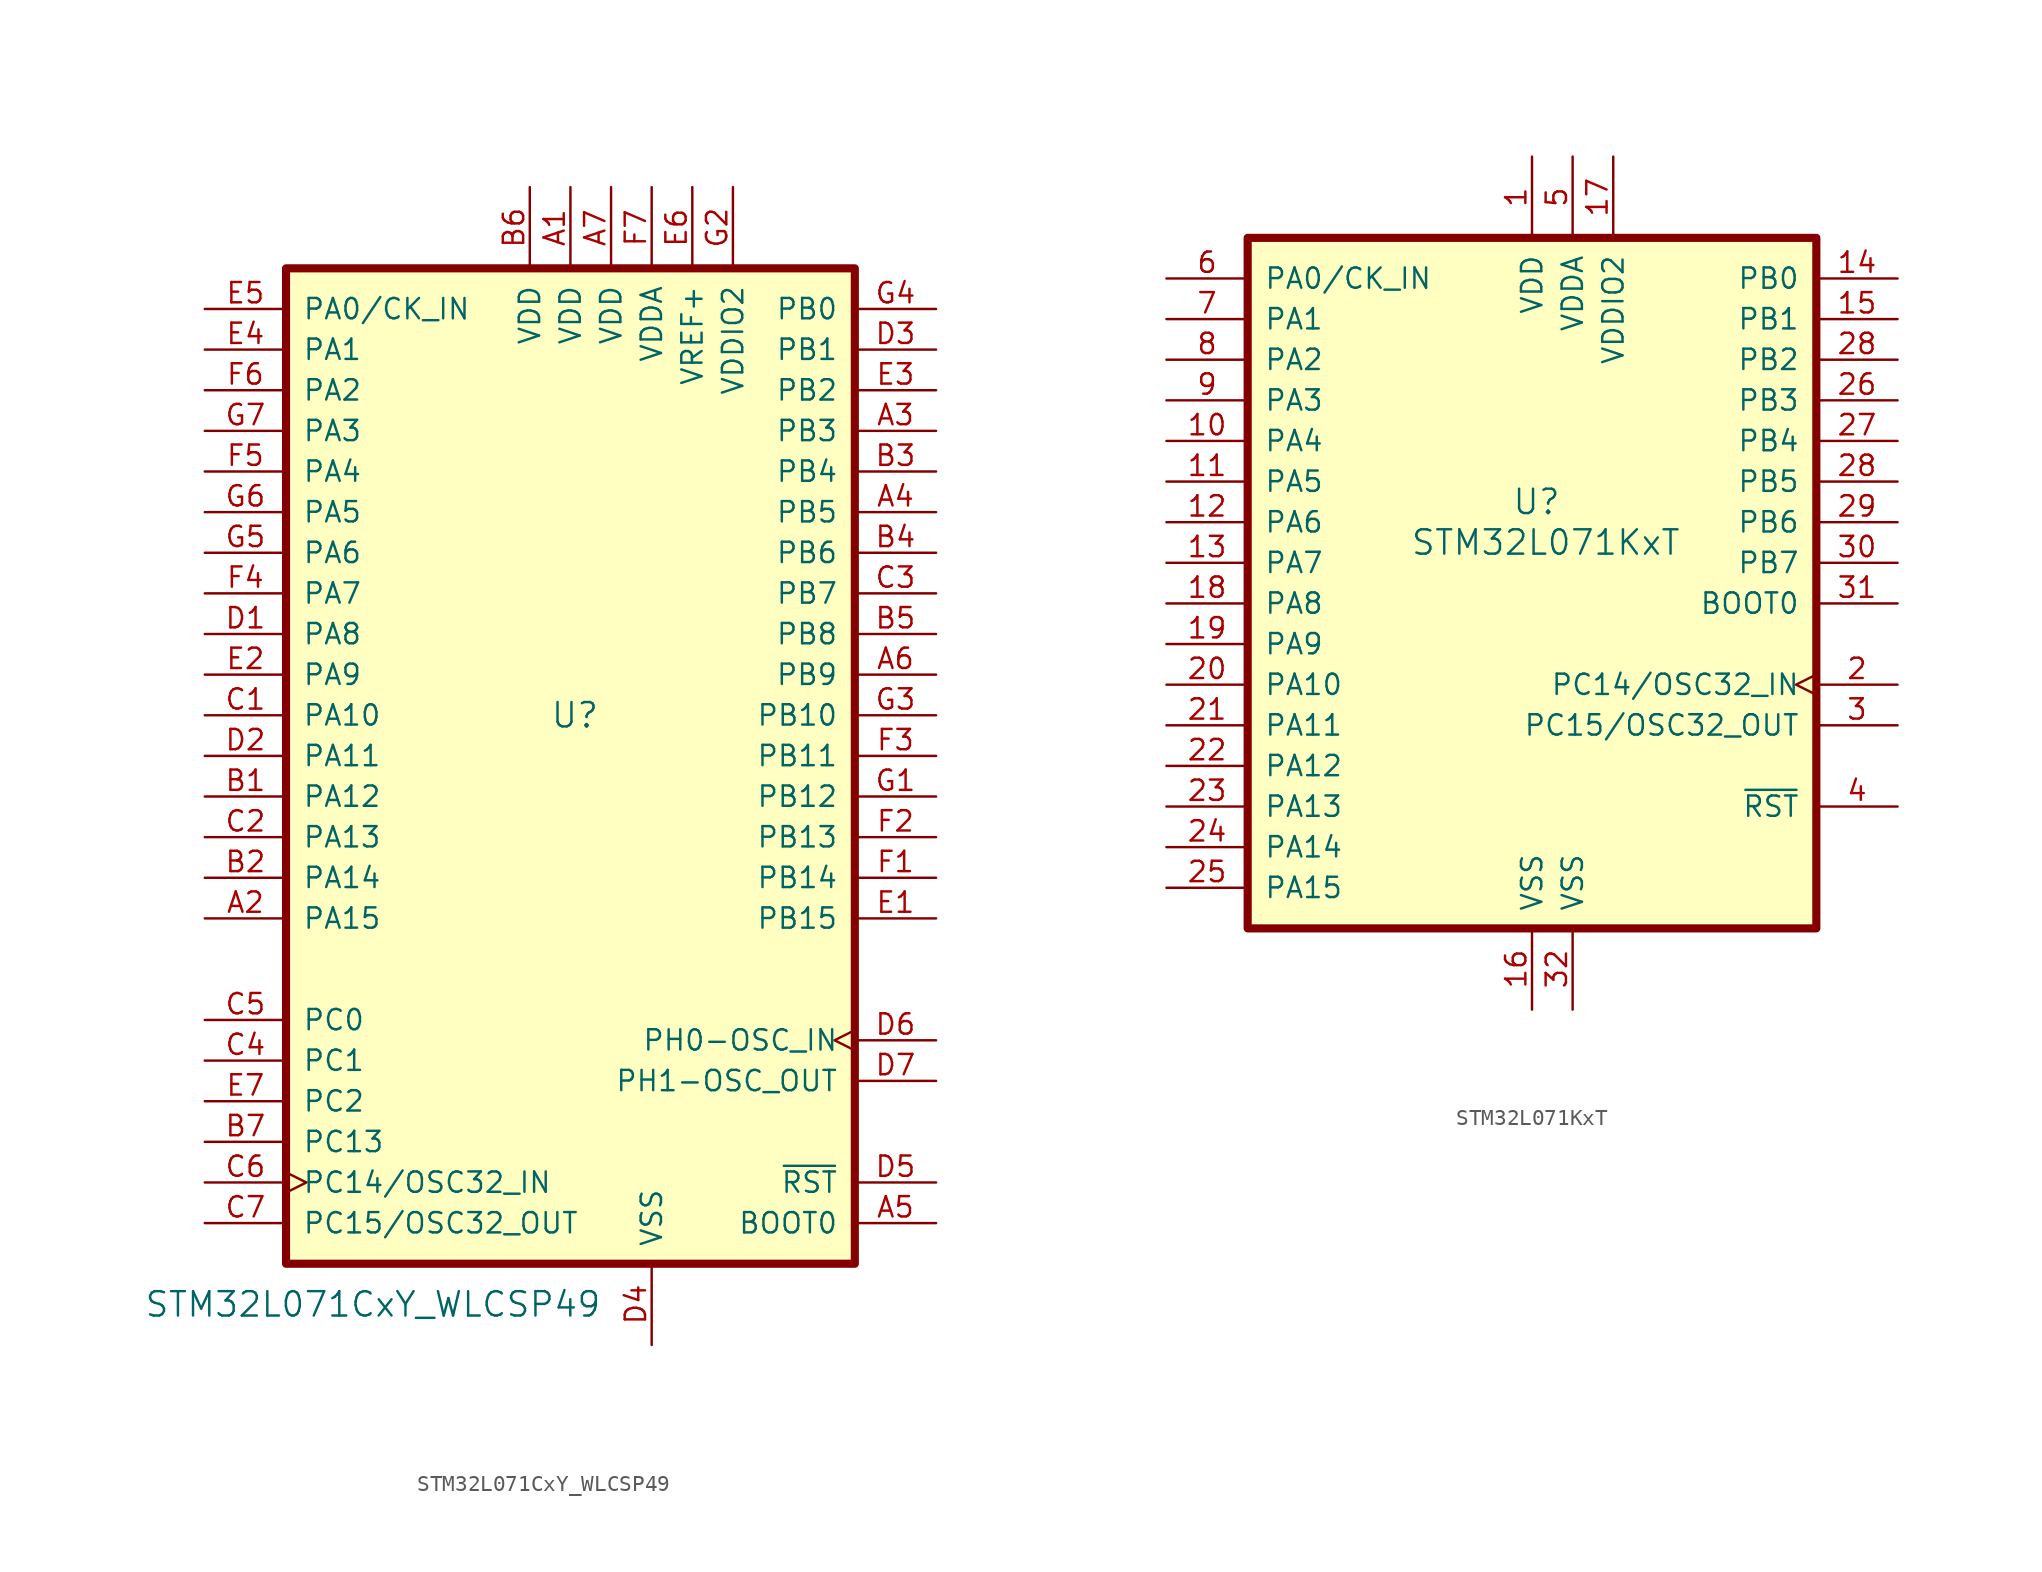
<source format=kicad_sym>
(kicad_symbol_lib
  (version 20220126)
  (generator kicad_symbol_editor)
  (symbol "STM32L071CxY_WLCSP49"
    (pin_names
      (offset 1.016))
    (property "Reference" "U"
      (at -1.27 0 0)
      (effects (font (size 1.524 1.524)) (justify left)))
    (property "Value" "STM32L071CxY_WLCSP49"
      (at -26.67 -36.83 0)
      (effects (font (size 1.524 1.524)) (justify left)))
    (symbol "STM32L071CxY_WLCSP49_0_0"
      (rectangle (start -17.78 27.94) (end 17.78 -34.29) (stroke (width 0.508) (type default)) (fill (type background))))
    (symbol "STM32L071CxY_WLCSP49_1_1"
      (pin power_in line (at 0 33.02 270) (length 5.08) (name "VDD" (effects (font (size 1.27 1.27)))) (number "A1" (effects (font (size 1.27 1.27)))))
      (pin bidirectional line (at -22.86 -12.7 0) (length 5.08) (name "PA15" (effects (font (size 1.27 1.27)))) (number "A2" (effects (font (size 1.27 1.27)))))
      (pin bidirectional line (at 22.86 17.78 180) (length 5.08) (name "PB3" (effects (font (size 1.27 1.27)))) (number "A3" (effects (font (size 1.27 1.27)))))
      (pin bidirectional line (at 22.86 12.7 180) (length 5.08) (name "PB5" (effects (font (size 1.27 1.27)))) (number "A4" (effects (font (size 1.27 1.27)))))
      (pin bidirectional line (at 22.86 -31.75 180) (length 5.08) (name "BOOT0" (effects (font (size 1.27 1.27)))) (number "A5" (effects (font (size 1.27 1.27)))))
      (pin bidirectional line (at 22.86 2.54 180) (length 5.08) (name "PB9" (effects (font (size 1.27 1.27)))) (number "A6" (effects (font (size 1.27 1.27)))))
      (pin power_in line (at 2.54 33.02 270) (length 5.08) (name "VDD" (effects (font (size 1.27 1.27)))) (number "A7" (effects (font (size 1.27 1.27)))))
      (pin bidirectional line (at -22.86 -5.08 0) (length 5.08) (name "PA12" (effects (font (size 1.27 1.27)))) (number "B1" (effects (font (size 1.27 1.27)))))
      (pin bidirectional line (at -22.86 -10.16 0) (length 5.08) (name "PA14" (effects (font (size 1.27 1.27)))) (number "B2" (effects (font (size 1.27 1.27)))))
      (pin bidirectional line (at 22.86 15.24 180) (length 5.08) (name "PB4" (effects (font (size 1.27 1.27)))) (number "B3" (effects (font (size 1.27 1.27)))))
      (pin bidirectional line (at 22.86 10.16 180) (length 5.08) (name "PB6" (effects (font (size 1.27 1.27)))) (number "B4" (effects (font (size 1.27 1.27)))))
      (pin bidirectional line (at 22.86 5.08 180) (length 5.08) (name "PB8" (effects (font (size 1.27 1.27)))) (number "B5" (effects (font (size 1.27 1.27)))))
      (pin power_in line (at -2.54 33.02 270) (length 5.08) (name "VDD" (effects (font (size 1.27 1.27)))) (number "B6" (effects (font (size 1.27 1.27)))))
      (pin bidirectional line (at -22.86 -26.67 0) (length 5.08) (name "PC13" (effects (font (size 1.27 1.27)))) (number "B7" (effects (font (size 1.27 1.27)))))
      (pin bidirectional line (at -22.86 0 0) (length 5.08) (name "PA10" (effects (font (size 1.27 1.27)))) (number "C1" (effects (font (size 1.27 1.27)))))
      (pin bidirectional line (at -22.86 -7.62 0) (length 5.08) (name "PA13" (effects (font (size 1.27 1.27)))) (number "C2" (effects (font (size 1.27 1.27)))))
      (pin bidirectional line (at 22.86 7.62 180) (length 5.08) (name "PB7" (effects (font (size 1.27 1.27)))) (number "C3" (effects (font (size 1.27 1.27)))))
      (pin bidirectional line (at -22.86 -21.59 0) (length 5.08) (name "PC1" (effects (font (size 1.27 1.27)))) (number "C4" (effects (font (size 1.27 1.27)))))
      (pin bidirectional line (at -22.86 -19.05 0) (length 5.08) (name "PC0" (effects (font (size 1.27 1.27)))) (number "C5" (effects (font (size 1.27 1.27)))))
      (pin bidirectional clock (at -22.86 -29.21 0) (length 5.08) (name "PC14/OSC32_IN" (effects (font (size 1.27 1.27)))) (number "C6" (effects (font (size 1.27 1.27)))))
      (pin bidirectional line (at -22.86 -31.75 0) (length 5.08) (name "PC15/OSC32_OUT" (effects (font (size 1.27 1.27)))) (number "C7" (effects (font (size 1.27 1.27)))))
      (pin bidirectional line (at -22.86 5.08 0) (length 5.08) (name "PA8" (effects (font (size 1.27 1.27)))) (number "D1" (effects (font (size 1.27 1.27)))))
      (pin bidirectional line (at -22.86 -2.54 0) (length 5.08) (name "PA11" (effects (font (size 1.27 1.27)))) (number "D2" (effects (font (size 1.27 1.27)))))
      (pin bidirectional line (at 22.86 22.86 180) (length 5.08) (name "PB1" (effects (font (size 1.27 1.27)))) (number "D3" (effects (font (size 1.27 1.27)))))
      (pin power_in line (at 5.08 -39.37 90) (length 5.08) (name "VSS" (effects (font (size 1.27 1.27)))) (number "D4" (effects (font (size 1.27 1.27)))))
      (pin input line (at 22.86 -29.21 180) (length 5.08) (name "~{RST}" (effects (font (size 1.27 1.27)))) (number "D5" (effects (font (size 1.27 1.27)))))
      (pin bidirectional clock (at 22.86 -20.32 180) (length 5.08) (name "PH0-OSC_IN" (effects (font (size 1.27 1.27)))) (number "D6" (effects (font (size 1.27 1.27)))))
      (pin bidirectional line (at 22.86 -22.86 180) (length 5.08) (name "PH1-OSC_OUT" (effects (font (size 1.27 1.27)))) (number "D7" (effects (font (size 1.27 1.27)))))
      (pin bidirectional line (at 22.86 -12.7 180) (length 5.08) (name "PB15" (effects (font (size 1.27 1.27)))) (number "E1" (effects (font (size 1.27 1.27)))))
      (pin bidirectional line (at -22.86 2.54 0) (length 5.08) (name "PA9" (effects (font (size 1.27 1.27)))) (number "E2" (effects (font (size 1.27 1.27)))))
      (pin bidirectional line (at 22.86 20.32 180) (length 5.08) (name "PB2" (effects (font (size 1.27 1.27)))) (number "E3" (effects (font (size 1.27 1.27)))))
      (pin bidirectional line (at -22.86 22.86 0) (length 5.08) (name "PA1" (effects (font (size 1.27 1.27)))) (number "E4" (effects (font (size 1.27 1.27)))))
      (pin bidirectional line (at -22.86 25.4 0) (length 5.08) (name "PA0/CK_IN" (effects (font (size 1.27 1.27)))) (number "E5" (effects (font (size 1.27 1.27)))))
      (pin power_in line (at 7.62 33.02 270) (length 5.08) (name "VREF+" (effects (font (size 1.27 1.27)))) (number "E6" (effects (font (size 1.27 1.27)))))
      (pin bidirectional line (at -22.86 -24.13 0) (length 5.08) (name "PC2" (effects (font (size 1.27 1.27)))) (number "E7" (effects (font (size 1.27 1.27)))))
      (pin bidirectional line (at 22.86 -10.16 180) (length 5.08) (name "PB14" (effects (font (size 1.27 1.27)))) (number "F1" (effects (font (size 1.27 1.27)))))
      (pin bidirectional line (at 22.86 -7.62 180) (length 5.08) (name "PB13" (effects (font (size 1.27 1.27)))) (number "F2" (effects (font (size 1.27 1.27)))))
      (pin bidirectional line (at 22.86 -2.54 180) (length 5.08) (name "PB11" (effects (font (size 1.27 1.27)))) (number "F3" (effects (font (size 1.27 1.27)))))
      (pin bidirectional line (at -22.86 7.62 0) (length 5.08) (name "PA7" (effects (font (size 1.27 1.27)))) (number "F4" (effects (font (size 1.27 1.27)))))
      (pin bidirectional line (at -22.86 15.24 0) (length 5.08) (name "PA4" (effects (font (size 1.27 1.27)))) (number "F5" (effects (font (size 1.27 1.27)))))
      (pin bidirectional line (at -22.86 20.32 0) (length 5.08) (name "PA2" (effects (font (size 1.27 1.27)))) (number "F6" (effects (font (size 1.27 1.27)))))
      (pin power_in line (at 5.08 33.02 270) (length 5.08) (name "VDDA" (effects (font (size 1.27 1.27)))) (number "F7" (effects (font (size 1.27 1.27)))))
      (pin bidirectional line (at 22.86 -5.08 180) (length 5.08) (name "PB12" (effects (font (size 1.27 1.27)))) (number "G1" (effects (font (size 1.27 1.27)))))
      (pin power_in line (at 10.16 33.02 270) (length 5.08) (name "VDDIO2" (effects (font (size 1.27 1.27)))) (number "G2" (effects (font (size 1.27 1.27)))))
      (pin bidirectional line (at 22.86 0 180) (length 5.08) (name "PB10" (effects (font (size 1.27 1.27)))) (number "G3" (effects (font (size 1.27 1.27)))))
      (pin bidirectional line (at 22.86 25.4 180) (length 5.08) (name "PB0" (effects (font (size 1.27 1.27)))) (number "G4" (effects (font (size 1.27 1.27)))))
      (pin bidirectional line (at -22.86 10.16 0) (length 5.08) (name "PA6" (effects (font (size 1.27 1.27)))) (number "G5" (effects (font (size 1.27 1.27)))))
      (pin bidirectional line (at -22.86 12.7 0) (length 5.08) (name "PA5" (effects (font (size 1.27 1.27)))) (number "G6" (effects (font (size 1.27 1.27)))))
      (pin bidirectional line (at -22.86 17.78 0) (length 5.08) (name "PA3" (effects (font (size 1.27 1.27)))) (number "G7" (effects (font (size 1.27 1.27)))))))
  (symbol "STM32L071KxT"
    (pin_names
      (offset 1.016))
    (property "Reference" "U"
      (at -1.27 5.08 0)
      (effects (font (size 1.524 1.524)) (justify left)))
    (property "Value" "STM32L071KxT"
      (at -7.62 2.54 0)
      (effects (font (size 1.524 1.524)) (justify left)))
    (symbol "STM32L071KxT_0_0"
      (rectangle (start -17.78 21.59) (end 17.78 -21.59) (stroke (width 0.508) (type default)) (fill (type background))))
    (symbol "STM32L071KxT_1_1"
      (pin power_in line (at 0 26.67 270) (length 5.08) (name "VDD" (effects (font (size 1.27 1.27)))) (number "1" (effects (font (size 1.27 1.27)))))
      (pin bidirectional line (at -22.86 8.89 0) (length 5.08) (name "PA4" (effects (font (size 1.27 1.27)))) (number "10" (effects (font (size 1.27 1.27)))))
      (pin bidirectional line (at -22.86 6.35 0) (length 5.08) (name "PA5" (effects (font (size 1.27 1.27)))) (number "11" (effects (font (size 1.27 1.27)))))
      (pin bidirectional line (at -22.86 3.81 0) (length 5.08) (name "PA6" (effects (font (size 1.27 1.27)))) (number "12" (effects (font (size 1.27 1.27)))))
      (pin bidirectional line (at -22.86 1.27 0) (length 5.08) (name "PA7" (effects (font (size 1.27 1.27)))) (number "13" (effects (font (size 1.27 1.27)))))
      (pin bidirectional line (at 22.86 19.05 180) (length 5.08) (name "PB0" (effects (font (size 1.27 1.27)))) (number "14" (effects (font (size 1.27 1.27)))))
      (pin bidirectional line (at 22.86 16.51 180) (length 5.08) (name "PB1" (effects (font (size 1.27 1.27)))) (number "15" (effects (font (size 1.27 1.27)))))
      (pin power_in line (at 0 -26.67 90) (length 5.08) (name "VSS" (effects (font (size 1.27 1.27)))) (number "16" (effects (font (size 1.27 1.27)))))
      (pin power_in line (at 5.08 26.67 270) (length 5.08) (name "VDDIO2" (effects (font (size 1.27 1.27)))) (number "17" (effects (font (size 1.27 1.27)))))
      (pin bidirectional line (at -22.86 -1.27 0) (length 5.08) (name "PA8" (effects (font (size 1.27 1.27)))) (number "18" (effects (font (size 1.27 1.27)))))
      (pin bidirectional line (at -22.86 -3.81 0) (length 5.08) (name "PA9" (effects (font (size 1.27 1.27)))) (number "19" (effects (font (size 1.27 1.27)))))
      (pin bidirectional clock (at 22.86 -6.35 180) (length 5.08) (name "PC14/OSC32_IN" (effects (font (size 1.27 1.27)))) (number "2" (effects (font (size 1.27 1.27)))))
      (pin bidirectional line (at -22.86 -6.35 0) (length 5.08) (name "PA10" (effects (font (size 1.27 1.27)))) (number "20" (effects (font (size 1.27 1.27)))))
      (pin bidirectional line (at -22.86 -8.89 0) (length 5.08) (name "PA11" (effects (font (size 1.27 1.27)))) (number "21" (effects (font (size 1.27 1.27)))))
      (pin bidirectional line (at -22.86 -11.43 0) (length 5.08) (name "PA12" (effects (font (size 1.27 1.27)))) (number "22" (effects (font (size 1.27 1.27)))))
      (pin bidirectional line (at -22.86 -13.97 0) (length 5.08) (name "PA13" (effects (font (size 1.27 1.27)))) (number "23" (effects (font (size 1.27 1.27)))))
      (pin bidirectional line (at -22.86 -16.51 0) (length 5.08) (name "PA14" (effects (font (size 1.27 1.27)))) (number "24" (effects (font (size 1.27 1.27)))))
      (pin bidirectional line (at -22.86 -19.05 0) (length 5.08) (name "PA15" (effects (font (size 1.27 1.27)))) (number "25" (effects (font (size 1.27 1.27)))))
      (pin bidirectional line (at 22.86 11.43 180) (length 5.08) (name "PB3" (effects (font (size 1.27 1.27)))) (number "26" (effects (font (size 1.27 1.27)))))
      (pin bidirectional line (at 22.86 8.89 180) (length 5.08) (name "PB4" (effects (font (size 1.27 1.27)))) (number "27" (effects (font (size 1.27 1.27)))))
      (pin bidirectional line (at 22.86 13.97 180) (length 5.08) (name "PB2" (effects (font (size 1.27 1.27)))) (number "28" (effects (font (size 1.27 1.27)))))
      (pin bidirectional line (at 22.86 6.35 180) (length 5.08) (name "PB5" (effects (font (size 1.27 1.27)))) (number "28" (effects (font (size 1.27 1.27)))))
      (pin bidirectional line (at 22.86 3.81 180) (length 5.08) (name "PB6" (effects (font (size 1.27 1.27)))) (number "29" (effects (font (size 1.27 1.27)))))
      (pin bidirectional line (at 22.86 -8.89 180) (length 5.08) (name "PC15/OSC32_OUT" (effects (font (size 1.27 1.27)))) (number "3" (effects (font (size 1.27 1.27)))))
      (pin bidirectional line (at 22.86 1.27 180) (length 5.08) (name "PB7" (effects (font (size 1.27 1.27)))) (number "30" (effects (font (size 1.27 1.27)))))
      (pin bidirectional line (at 22.86 -1.27 180) (length 5.08) (name "BOOT0" (effects (font (size 1.27 1.27)))) (number "31" (effects (font (size 1.27 1.27)))))
      (pin power_in line (at 2.54 -26.67 90) (length 5.08) (name "VSS" (effects (font (size 1.27 1.27)))) (number "32" (effects (font (size 1.27 1.27)))))
      (pin input line (at 22.86 -13.97 180) (length 5.08) (name "~{RST}" (effects (font (size 1.27 1.27)))) (number "4" (effects (font (size 1.27 1.27)))))
      (pin power_in line (at 2.54 26.67 270) (length 5.08) (name "VDDA" (effects (font (size 1.27 1.27)))) (number "5" (effects (font (size 1.27 1.27)))))
      (pin bidirectional line (at -22.86 19.05 0) (length 5.08) (name "PA0/CK_IN" (effects (font (size 1.27 1.27)))) (number "6" (effects (font (size 1.27 1.27)))))
      (pin bidirectional line (at -22.86 16.51 0) (length 5.08) (name "PA1" (effects (font (size 1.27 1.27)))) (number "7" (effects (font (size 1.27 1.27)))))
      (pin bidirectional line (at -22.86 13.97 0) (length 5.08) (name "PA2" (effects (font (size 1.27 1.27)))) (number "8" (effects (font (size 1.27 1.27)))))
      (pin bidirectional line (at -22.86 11.43 0) (length 5.08) (name "PA3" (effects (font (size 1.27 1.27)))) (number "9" (effects (font (size 1.27 1.27))))))))
</source>
